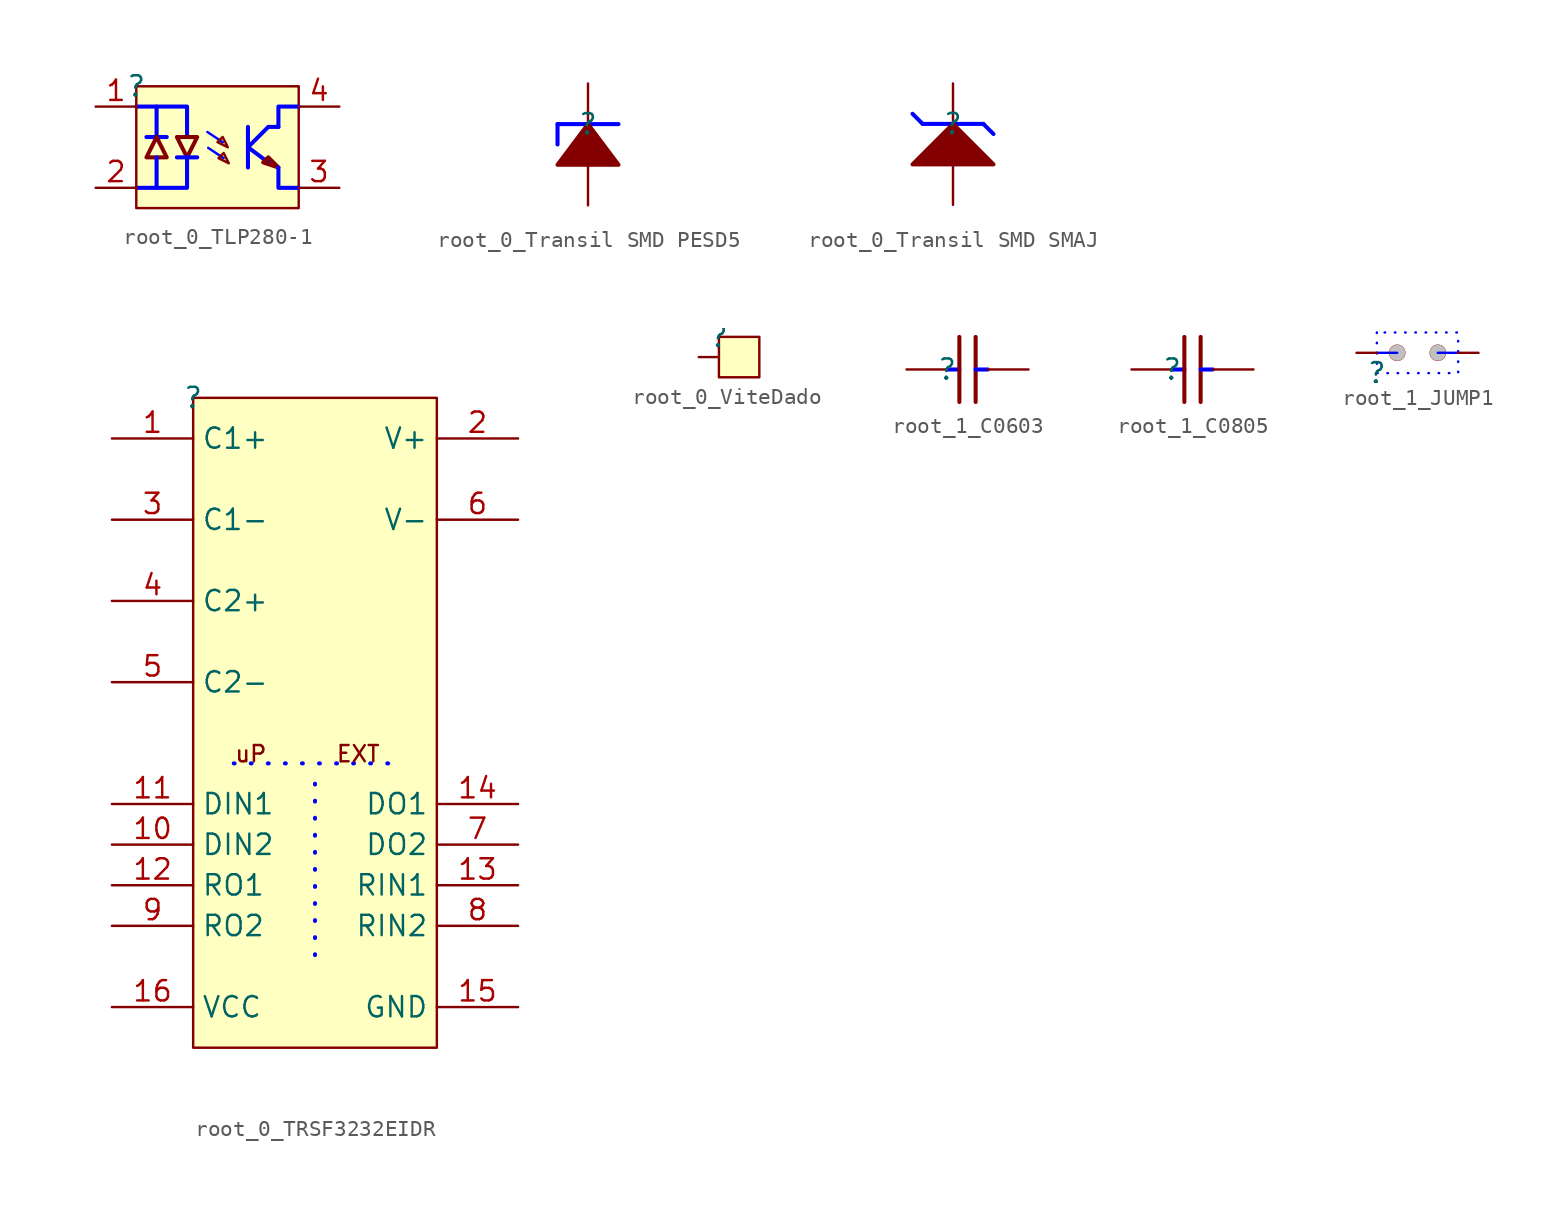
<source format=kicad_sym>
(kicad_symbol_lib
  (version 20220914)
  (generator kicad_symbol_editor)
  (symbol "root_0_TLP280-1"
    (property "Reference" ""
      (at 0 0 0)
      (effects (font (size 1.27 1.27))))
    (property "Value" ""
      (at 0 0 0)
      (effects (font (size 1.27 1.27))))
    (symbol "root_0_TLP280-1_1_0"
      (polyline (pts (xy 0.635 -3.175) (xy 1.905 -3.175)) (stroke (width 0.254) (type solid) (color 0 0 255 1)) (fill (type none)))
      (polyline (pts (xy 1.27 -4.445) (xy 1.27 -6.35)) (stroke (width 0.254) (type solid) (color 0 0 255 1)) (fill (type none)))
      (polyline (pts (xy 1.27 -3.175) (xy 1.27 -1.27)) (stroke (width 0.254) (type solid) (color 0 0 255 1)) (fill (type none)))
      (polyline (pts (xy 2.54 -4.445) (xy 3.81 -4.445)) (stroke (width 0.254) (type solid) (color 0 0 255 1)) (fill (type none)))
      (polyline (pts (xy 4.445 -2.857) (xy 5.413 -3.503)) (stroke (width 0) (type solid) (color 0 0 255 1)) (fill (type none)))
      (polyline (pts (xy 4.496 -3.851) (xy 5.464 -4.496)) (stroke (width 0) (type solid) (color 0 0 255 1)) (fill (type none)))
      (polyline (pts (xy 6.985 -2.54) (xy 6.985 -5.08)) (stroke (width 0.254) (type solid) (color 0 0 255 1)) (fill (type none)))
      (polyline (pts (xy 8.255 -4.762) (xy 6.985 -3.81)) (stroke (width 0.254) (type solid) (color 0 0 255 1)) (fill (type none)))
      (polyline (pts (xy 0 -1.27) (xy 3.175 -1.27) (xy 3.175 -3.175)) (stroke (width 0.254) (type solid) (color 0 0 255 1)) (fill (type none)))
      (polyline (pts (xy 3.175 -4.445) (xy 3.175 -6.35) (xy 0 -6.35)) (stroke (width 0.254) (type solid) (color 0 0 255 1)) (fill (type none)))
      (polyline (pts (xy 6.985 -3.81) (xy 8.255 -2.54) (xy 8.89 -2.54)) (stroke (width 0.254) (type solid) (color 0 0 255 1)) (fill (type none)))
      (polyline (pts (xy 10.16 -6.35) (xy 8.89 -6.35) (xy 8.89 -5.08)) (stroke (width 0.254) (type solid) (color 0 0 255 1)) (fill (type none)))
      (polyline (pts (xy 10.16 -1.27) (xy 8.89 -1.27) (xy 8.89 -2.54)) (stroke (width 0.254) (type solid) (color 0 0 255 1)) (fill (type none)))
      (polyline (pts (xy 1.27 -3.175) (xy 0.635 -4.445) (xy 1.905 -4.445) (xy 1.27 -3.175)) (stroke (width 0.254) (type solid)) (fill (type background)))
      (polyline (pts (xy 2.54 -3.175) (xy 3.81 -3.175) (xy 3.175 -4.445) (xy 2.54 -3.175)) (stroke (width 0.254) (type solid)) (fill (type background)))
      (polyline (pts (xy 5.141 -4.496) (xy 5.464 -4.173) (xy 5.786 -4.818) (xy 5.141 -4.496)) (stroke (width 0) (type solid)) (fill (type background)))
      (polyline (pts (xy 5.403 -3.17) (xy 5.725 -3.815) (xy 5.08 -3.492) (xy 5.403 -3.17)) (stroke (width 0) (type solid)) (fill (type background)))
      (polyline (pts (xy 8.89 -5.08) (xy 8.255 -4.445) (xy 7.938 -4.762) (xy 8.89 -5.08)) (stroke (width 0.254) (type solid)) (fill (type background)))
      (rectangle (start 10.16 0) (end 0 -7.62) (stroke (width 0) (type solid)) (fill (type background)))
      (pin passive line (at -2.54 -1.27 0) (length 2.54) (name "1" (effects (font (size 0 0)))) (number "1" (effects (font (size 1.27 1.27)))))
      (pin passive line (at -2.54 -6.35 0) (length 2.54) (name "2" (effects (font (size 0 0)))) (number "2" (effects (font (size 1.27 1.27)))))
      (pin passive line (at 12.7 -6.35 180) (length 2.54) (name "3" (effects (font (size 0 0)))) (number "3" (effects (font (size 1.27 1.27)))))
      (pin passive line (at 12.7 -1.27 180) (length 2.54) (name "4" (effects (font (size 0 0)))) (number "4" (effects (font (size 1.27 1.27)))))))
  (symbol "root_0_Transil SMD PESD5"
    (property "Reference" ""
      (at 0 0 0)
      (effects (font (size 1.27 1.27))))
    (property "Value" ""
      (at 0 0 0)
      (effects (font (size 1.27 1.27))))
    (symbol "root_0_Transil SMD PESD5_1_0"
      (polyline (pts (xy -1.905 0) (xy -1.905 -1.27)) (stroke (width 0.254) (type solid) (color 0 0 255 1)) (fill (type none)))
      (polyline (pts (xy 1.905 0) (xy -1.905 0)) (stroke (width 0.254) (type solid) (color 0 0 255 1)) (fill (type none)))
      (polyline (pts (xy 1.905 -2.54) (xy 0 0) (xy -1.905 -2.54) (xy 1.905 -2.54)) (stroke (width 0.254) (type solid)) (fill (type outline)))
      (pin passive line (at 0 2.54 270) (length 2.54) (name "K" (effects (font (size 0 0)))) (number "1" (effects (font (size 0 0)))))
      (pin passive line (at 0 -5.08 90) (length 2.54) (name "A" (effects (font (size 0 0)))) (number "2" (effects (font (size 0 0)))))))
  (symbol "root_0_Transil SMD SMAJ"
    (property "Reference" ""
      (at 0 0 0)
      (effects (font (size 1.27 1.27))))
    (property "Value" ""
      (at 0 0 0)
      (effects (font (size 1.27 1.27))))
    (symbol "root_0_Transil SMD SMAJ_1_0"
      (polyline (pts (xy -1.905 0) (xy -2.54 0.635)) (stroke (width 0.254) (type solid) (color 0 0 255 1)) (fill (type none)))
      (polyline (pts (xy 1.905 0) (xy -1.905 0)) (stroke (width 0.254) (type solid) (color 0 0 255 1)) (fill (type none)))
      (polyline (pts (xy 1.905 0) (xy 2.54 -0.635)) (stroke (width 0.254) (type solid) (color 0 0 255 1)) (fill (type none)))
      (polyline (pts (xy 2.54 -2.54) (xy 0 0) (xy -2.54 -2.54) (xy 2.54 -2.54)) (stroke (width 0.254) (type solid)) (fill (type outline)))
      (pin passive line (at 0 2.54 270) (length 2.54) (name "K" (effects (font (size 0 0)))) (number "1" (effects (font (size 0 0)))))
      (pin passive line (at 0 -5.08 90) (length 2.54) (name "A" (effects (font (size 0 0)))) (number "2" (effects (font (size 0 0)))))))
  (symbol "root_0_TRSF3232EIDR"
    (property "Reference" ""
      (at 0 0 0)
      (effects (font (size 1.27 1.27))))
    (property "Value" ""
      (at 0 0 0)
      (effects (font (size 1.27 1.27))))
    (symbol "root_0_TRSF3232EIDR_1_0"
      (polyline (pts (xy 2.54 -22.86) (xy 12.7 -22.86)) (stroke (width 0.254) (type dot) (color 0 0 255 1)) (fill (type none)))
      (polyline (pts (xy 7.62 -24.13) (xy 7.62 -35.56)) (stroke (width 0.254) (type dot) (color 0 0 255 1)) (fill (type none)))
      (rectangle (start 15.24 0) (end 0 -40.64) (stroke (width 0) (type solid)) (fill (type background)))
      (text "EXT" (at 8.89 -22.86 0) (effects (font (size 1.016 1.016)) (justify left bottom)))
      (text "uP" (at 2.54 -22.86 0) (effects (font (size 1.016 1.016)) (justify left bottom)))
      (pin passive line (at -5.08 -2.54 0) (length 5.08) (name "C1+" (effects (font (size 1.27 1.27)))) (number "1" (effects (font (size 1.27 1.27)))))
      (pin input line (at -5.08 -27.94 0) (length 5.08) (name "DIN2" (effects (font (size 1.27 1.27)))) (number "10" (effects (font (size 1.27 1.27)))))
      (pin input line (at -5.08 -25.4 0) (length 5.08) (name "DIN1" (effects (font (size 1.27 1.27)))) (number "11" (effects (font (size 1.27 1.27)))))
      (pin output line (at -5.08 -30.48 0) (length 5.08) (name "RO1" (effects (font (size 1.27 1.27)))) (number "12" (effects (font (size 1.27 1.27)))))
      (pin input line (at 20.32 -30.48 180) (length 5.08) (name "RIN1" (effects (font (size 1.27 1.27)))) (number "13" (effects (font (size 1.27 1.27)))))
      (pin output line (at 20.32 -25.4 180) (length 5.08) (name "DO1" (effects (font (size 1.27 1.27)))) (number "14" (effects (font (size 1.27 1.27)))))
      (pin power_in line (at 20.32 -38.1 180) (length 5.08) (name "GND" (effects (font (size 1.27 1.27)))) (number "15" (effects (font (size 1.27 1.27)))))
      (pin power_in line (at -5.08 -38.1 0) (length 5.08) (name "VCC" (effects (font (size 1.27 1.27)))) (number "16" (effects (font (size 1.27 1.27)))))
      (pin passive line (at 20.32 -2.54 180) (length 5.08) (name "V+" (effects (font (size 1.27 1.27)))) (number "2" (effects (font (size 1.27 1.27)))))
      (pin passive line (at -5.08 -7.62 0) (length 5.08) (name "C1-" (effects (font (size 1.27 1.27)))) (number "3" (effects (font (size 1.27 1.27)))))
      (pin passive line (at -5.08 -12.7 0) (length 5.08) (name "C2+" (effects (font (size 1.27 1.27)))) (number "4" (effects (font (size 1.27 1.27)))))
      (pin passive line (at -5.08 -17.78 0) (length 5.08) (name "C2-" (effects (font (size 1.27 1.27)))) (number "5" (effects (font (size 1.27 1.27)))))
      (pin passive line (at 20.32 -7.62 180) (length 5.08) (name "V-" (effects (font (size 1.27 1.27)))) (number "6" (effects (font (size 1.27 1.27)))))
      (pin output line (at 20.32 -27.94 180) (length 5.08) (name "DO2" (effects (font (size 1.27 1.27)))) (number "7" (effects (font (size 1.27 1.27)))))
      (pin input line (at 20.32 -33.02 180) (length 5.08) (name "RIN2" (effects (font (size 1.27 1.27)))) (number "8" (effects (font (size 1.27 1.27)))))
      (pin output line (at -5.08 -33.02 0) (length 5.08) (name "RO2" (effects (font (size 1.27 1.27)))) (number "9" (effects (font (size 1.27 1.27)))))))
  (symbol "root_0_ViteDado"
    (property "Reference" ""
      (at 0 0 0)
      (effects (font (size 1.27 1.27))))
    (property "Value" ""
      (at 0 0 0)
      (effects (font (size 1.27 1.27))))
    (symbol "root_0_ViteDado_1_0"
      (rectangle (start 2.54 0) (end 0 -2.54) (stroke (width 0) (type solid)) (fill (type background)))
      (pin passive line (at -1.27 -1.27 0) (length 1.27) (name "A" (effects (font (size 0 0)))) (number "1" (effects (font (size 0 0)))))))
  (symbol "root_1_C0603"
    (property "Reference" ""
      (at 0 0 0)
      (effects (font (size 1.27 1.27))))
    (property "Value" ""
      (at 0 0 0)
      (effects (font (size 1.27 1.27))))
    (symbol "root_1_C0603_1_0"
      (polyline (pts (xy 0 0) (xy 0.762 0)) (stroke (width 0.254) (type solid) (color 0 0 255 1)) (fill (type none)))
      (polyline (pts (xy 0.762 -2.032) (xy 0.762 2.032)) (stroke (width 0.254) (type solid)) (fill (type none)))
      (polyline (pts (xy 1.778 2.032) (xy 1.778 -2.032)) (stroke (width 0.254) (type solid)) (fill (type none)))
      (polyline (pts (xy 2.54 0) (xy 1.778 0)) (stroke (width 0.254) (type solid) (color 0 0 255 1)) (fill (type none)))
      (pin passive line (at -2.54 0 0) (length 2.54) (name "1" (effects (font (size 0 0)))) (number "1" (effects (font (size 0 0)))))
      (pin passive line (at 5.08 0 180) (length 2.54) (name "2" (effects (font (size 0 0)))) (number "2" (effects (font (size 0 0)))))))
  (symbol "root_1_C0805"
    (property "Reference" ""
      (at 0 0 0)
      (effects (font (size 1.27 1.27))))
    (property "Value" ""
      (at 0 0 0)
      (effects (font (size 1.27 1.27))))
    (symbol "root_1_C0805_1_0"
      (polyline (pts (xy 0 0) (xy 0.762 0)) (stroke (width 0.254) (type solid) (color 0 0 255 1)) (fill (type none)))
      (polyline (pts (xy 0.762 -2.032) (xy 0.762 2.032)) (stroke (width 0.254) (type solid)) (fill (type none)))
      (polyline (pts (xy 1.778 2.032) (xy 1.778 -2.032)) (stroke (width 0.254) (type solid)) (fill (type none)))
      (polyline (pts (xy 2.54 0) (xy 1.778 0)) (stroke (width 0.254) (type solid) (color 0 0 255 1)) (fill (type none)))
      (pin passive line (at -2.54 0 0) (length 2.54) (name "1" (effects (font (size 0 0)))) (number "1" (effects (font (size 0 0)))))
      (pin passive line (at 5.08 0 180) (length 2.54) (name "2" (effects (font (size 0 0)))) (number "2" (effects (font (size 0 0)))))))
  (symbol "root_1_JUMP1"
    (property "Reference" ""
      (at 0 0 0)
      (effects (font (size 1.27 1.27))))
    (property "Value" ""
      (at 0 0 0)
      (effects (font (size 1.27 1.27))))
    (symbol "root_1_JUMP1_1_0"
      (polyline (pts (xy 1.27 1.27) (xy 0 1.27)) (stroke (width 0) (type solid) (color 0 0 255 1)) (fill (type none)))
      (polyline (pts (xy 3.81 1.27) (xy 5.08 1.27)) (stroke (width 0) (type solid) (color 0 0 255 1)) (fill (type none)))
      (polyline (pts (xy 0 2.54) (xy 0 0) (xy 5.08 0) (xy 5.08 2.54) (xy 0 2.54)) (stroke (width 0) (type dot) (color 0 0 255 1)) (fill (type none)))
      (circle (center 1.27 1.27) (radius 0.508) (stroke (width 0.0001) (type solid)) (fill (type color) (color 192 192 192 1)))
      (circle (center 3.81 1.27) (radius 0.508) (stroke (width 0.0001) (type solid)) (fill (type color) (color 192 192 192 1)))
      (pin passive line (at -1.27 1.27 0) (length 1.27) (name "" (effects (font (size 0 0)))) (number "1" (effects (font (size 0 0)))))
      (pin passive line (at 6.35 1.27 180) (length 1.27) (name "" (effects (font (size 0 0)))) (number "2" (effects (font (size 0 0))))))))
</source>
